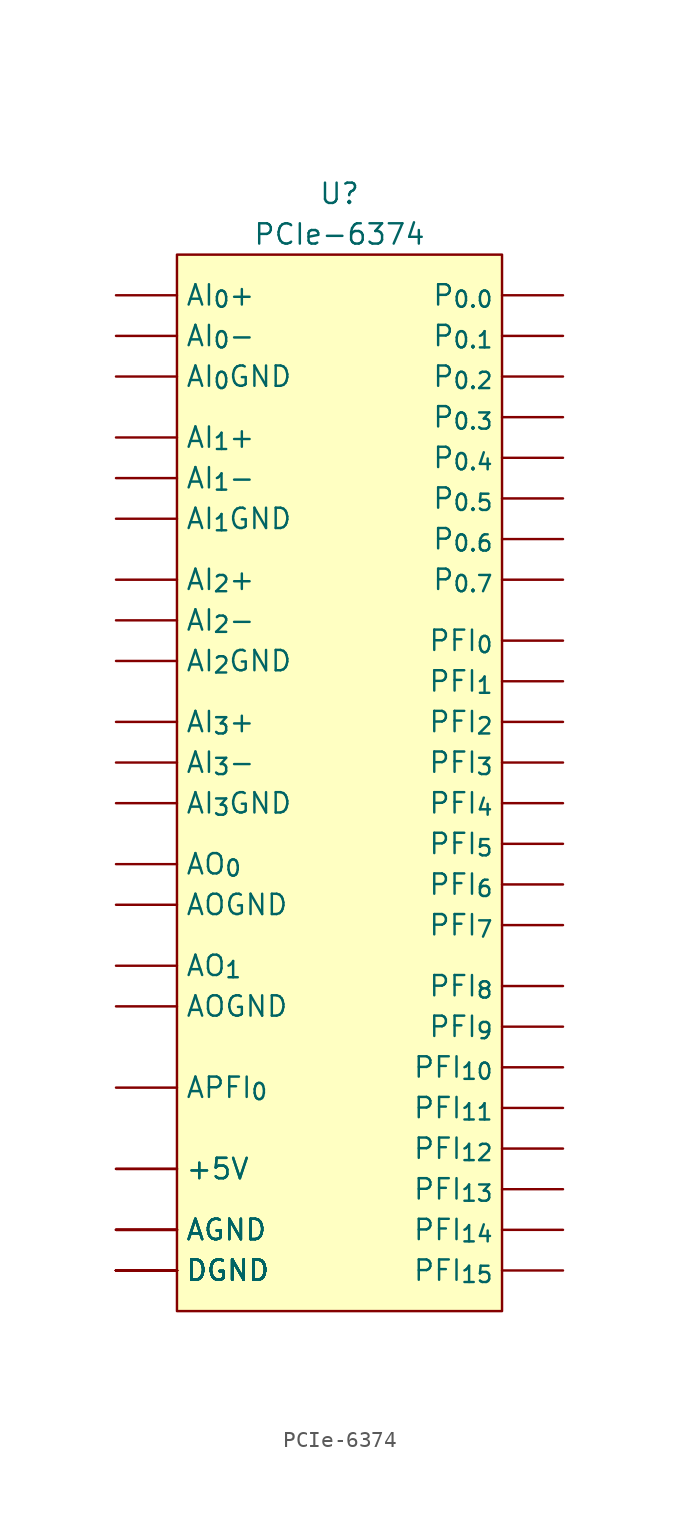
<source format=kicad_sym>
(kicad_symbol_lib
  (version 20220914)
  (generator kicad_symbol_editor)
  (symbol "PCIe-6374"
    (pin_numbers hide)
    (property "Reference" "U"
      (at 0 36.83 0)
      (effects (font (size 1.27 1.27))))
    (property "Value" "PCIe-6374"
      (at 0 34.29 0)
      (effects (font (size 1.27 1.27))))
    (symbol "PCIe-6374_1_1"
      (rectangle (start -10.16 33.02) (end 10.16 -33.02) (stroke (width 0) (type default)) (fill (type background)))
      (pin bidirectional line (at 13.97 -27.94 180) (length 3.81) (name "PFI_{14}" (effects (font (size 1.27 1.27)))) (number "1" (effects (font (size 1.27 1.27)))) (alternate "CTR_{2}OUT" bidirectional line) (alternate "FREQ_OUT" bidirectional line) (alternate "P_{2.6}" bidirectional line))
      (pin bidirectional line (at 13.97 6.35 180) (length 3.81) (name "PFI_{1}" (effects (font (size 1.27 1.27)))) (number "10" (effects (font (size 1.27 1.27)))) (alternate "CTR_{2}GATE" bidirectional line) (alternate "CTR_{2}Z" bidirectional line) (alternate "P_{1.1}" bidirectional line))
      (pin bidirectional line (at 13.97 8.89 180) (length 3.81) (name "PFI_{0}" (effects (font (size 1.27 1.27)))) (number "11" (effects (font (size 1.27 1.27)))) (alternate "CTR_{2}A" bidirectional line) (alternate "CTR_{2}SRC" bidirectional line) (alternate "P_{1.0}" bidirectional line))
      (pin power_out line (at -13.97 -30.48 0) (length 3.81) (name "DGND" (effects (font (size 1.27 1.27)))) (number "12" (effects (font (size 1.27 1.27)))))
      (pin power_out line (at -13.97 -30.48 0) (length 3.81) (name "DGND" (effects (font (size 1.27 1.27)))) (number "13" (effects (font (size 1.27 1.27)))))
      (pin power_out line (at -13.97 -24.13 0) (length 3.81) (name "+5V" (effects (font (size 1.27 1.27)))) (number "14" (effects (font (size 1.27 1.27)))))
      (pin power_out line (at -13.97 -30.48 0) (length 3.81) (name "DGND" (effects (font (size 1.27 1.27)))) (number "15" (effects (font (size 1.27 1.27)))))
      (pin bidirectional line (at 13.97 15.24 180) (length 3.81) (name "P_{0.6}" (effects (font (size 1.27 1.27)))) (number "16" (effects (font (size 1.27 1.27)))))
      (pin bidirectional line (at 13.97 27.94 180) (length 3.81) (name "P_{0.1}" (effects (font (size 1.27 1.27)))) (number "17" (effects (font (size 1.27 1.27)))))
      (pin power_out line (at -13.97 -30.48 0) (length 3.81) (name "DGND" (effects (font (size 1.27 1.27)))) (number "18" (effects (font (size 1.27 1.27)))))
      (pin bidirectional line (at 13.97 20.32 180) (length 3.81) (name "P_{0.4}" (effects (font (size 1.27 1.27)))) (number "19" (effects (font (size 1.27 1.27)))))
      (pin bidirectional line (at 13.97 -22.86 180) (length 3.81) (name "PFI_{12}" (effects (font (size 1.27 1.27)))) (number "2" (effects (font (size 1.27 1.27)))) (alternate "CTR_{0}OUT" bidirectional line) (alternate "P_{2.4}" bidirectional line))
      (pin bidirectional line (at -13.97 -19.05 0) (length 3.81) (name "APFI_{0}" (effects (font (size 1.27 1.27)))) (number "20" (effects (font (size 1.27 1.27)))))
      (pin output line (at -13.97 -11.43 0) (length 3.81) (name "AO_{1}" (effects (font (size 1.27 1.27)))) (number "21" (effects (font (size 1.27 1.27)))))
      (pin output line (at -13.97 -5.08 0) (length 3.81) (name "AO_{0}" (effects (font (size 1.27 1.27)))) (number "22" (effects (font (size 1.27 1.27)))))
      (pin no_connect line (at 0 27.94 0) (length 3.81) hide (name "NC" (effects (font (size 1.27 1.27)))) (number "23" (effects (font (size 1.27 1.27)))))
      (pin power_out line (at -13.97 -27.94 0) (length 3.81) (name "AGND" (effects (font (size 1.27 1.27)))) (number "24" (effects (font (size 1.27 1.27)))))
      (pin no_connect line (at 0 30.48 0) (length 3.81) hide (name "NC" (effects (font (size 1.27 1.27)))) (number "25" (effects (font (size 1.27 1.27)))))
      (pin no_connect line (at 0 25.4 0) (length 3.81) hide (name "NC" (effects (font (size 1.27 1.27)))) (number "26" (effects (font (size 1.27 1.27)))))
      (pin power_out line (at -13.97 -27.94 0) (length 3.81) (name "AGND" (effects (font (size 1.27 1.27)))) (number "27" (effects (font (size 1.27 1.27)))))
      (pin no_connect line (at 0 22.86 0) (length 3.81) hide (name "NC" (effects (font (size 1.27 1.27)))) (number "28" (effects (font (size 1.27 1.27)))))
      (pin power_out line (at -13.97 -1.27 0) (length 3.81) (name "AI_{3}GND" (effects (font (size 1.27 1.27)))) (number "29" (effects (font (size 1.27 1.27)))))
      (pin bidirectional line (at 13.97 -15.24 180) (length 3.81) (name "PFI_{9}" (effects (font (size 1.27 1.27)))) (number "3" (effects (font (size 1.27 1.27)))) (alternate "CTR_{0}GATE" bidirectional line) (alternate "CTR_{0}Z" bidirectional line) (alternate "P_{2.1}" bidirectional line))
      (pin input line (at -13.97 3.81 0) (length 3.81) (name "AI_{3}+" (effects (font (size 1.27 1.27)))) (number "30" (effects (font (size 1.27 1.27)))))
      (pin input line (at -13.97 10.16 0) (length 3.81) (name "AI_{2}-" (effects (font (size 1.27 1.27)))) (number "31" (effects (font (size 1.27 1.27)))))
      (pin power_out line (at -13.97 16.51 0) (length 3.81) (name "AI_{1}GND" (effects (font (size 1.27 1.27)))) (number "32" (effects (font (size 1.27 1.27)))))
      (pin input line (at -13.97 21.59 0) (length 3.81) (name "AI_{1}+" (effects (font (size 1.27 1.27)))) (number "33" (effects (font (size 1.27 1.27)))))
      (pin input line (at -13.97 27.94 0) (length 3.81) (name "AI_{0}-" (effects (font (size 1.27 1.27)))) (number "34" (effects (font (size 1.27 1.27)))))
      (pin power_out line (at -13.97 -30.48 0) (length 3.81) (name "DGND" (effects (font (size 1.27 1.27)))) (number "35" (effects (font (size 1.27 1.27)))))
      (pin power_out line (at -13.97 -30.48 0) (length 3.81) (name "DGND" (effects (font (size 1.27 1.27)))) (number "36" (effects (font (size 1.27 1.27)))))
      (pin bidirectional line (at 13.97 -12.7 180) (length 3.81) (name "PFI_{8}" (effects (font (size 1.27 1.27)))) (number "37" (effects (font (size 1.27 1.27)))) (alternate "CTR_{0}A" bidirectional line) (alternate "CTR_{0}SRC" bidirectional line) (alternate "P_{2.0}" bidirectional line))
      (pin bidirectional line (at 13.97 -8.89 180) (length 3.81) (name "PFI_{7}" (effects (font (size 1.27 1.27)))) (number "38" (effects (font (size 1.27 1.27)))) (alternate "CTR_{3}AUX" bidirectional line) (alternate "CTR_{3}B" bidirectional line) (alternate "P_{1.7}" bidirectional line))
      (pin bidirectional line (at 13.97 -30.48 180) (length 3.81) (name "PFI_{15}" (effects (font (size 1.27 1.27)))) (number "39" (effects (font (size 1.27 1.27)))) (alternate "CTR_{3}OUT" bidirectional line) (alternate "P_{2.7}" bidirectional line))
      (pin power_out line (at -13.97 -30.48 0) (length 3.81) (name "DGND" (effects (font (size 1.27 1.27)))) (number "4" (effects (font (size 1.27 1.27)))))
      (pin bidirectional line (at 13.97 -25.4 180) (length 3.81) (name "PFI_{13}" (effects (font (size 1.27 1.27)))) (number "40" (effects (font (size 1.27 1.27)))) (alternate "CTR_{1}OUT" bidirectional line) (alternate "P_{2.5}" bidirectional line))
      (pin bidirectional line (at 13.97 -1.27 180) (length 3.81) (name "PFI_{4}" (effects (font (size 1.27 1.27)))) (number "41" (effects (font (size 1.27 1.27)))) (alternate "CTR_{1}GATE" bidirectional line) (alternate "CTR_{1}Z" bidirectional line) (alternate "P_{1.4}" bidirectional line))
      (pin bidirectional line (at 13.97 1.27 180) (length 3.81) (name "PFI_{3}" (effects (font (size 1.27 1.27)))) (number "42" (effects (font (size 1.27 1.27)))) (alternate "CTR_{1}A" bidirectional line) (alternate "CTR_{1}SRC" bidirectional line) (alternate "P_{1.3}" bidirectional line))
      (pin bidirectional line (at 13.97 3.81 180) (length 3.81) (name "PFI_{2}" (effects (font (size 1.27 1.27)))) (number "43" (effects (font (size 1.27 1.27)))) (alternate "CTR_{2}AUX" bidirectional line) (alternate "CTR_{2}B" bidirectional line) (alternate "P_{1.2}" bidirectional line))
      (pin power_out line (at -13.97 -30.48 0) (length 3.81) (name "DGND" (effects (font (size 1.27 1.27)))) (number "44" (effects (font (size 1.27 1.27)))))
      (pin bidirectional line (at 13.97 -17.78 180) (length 3.81) (name "PFI_{10}" (effects (font (size 1.27 1.27)))) (number "45" (effects (font (size 1.27 1.27)))) (alternate "CTR_{0}AUX" bidirectional line) (alternate "CTR_{0}B" bidirectional line) (alternate "P_{2.2}" bidirectional line))
      (pin bidirectional line (at 13.97 -20.32 180) (length 3.81) (name "PFI_{11}" (effects (font (size 1.27 1.27)))) (number "46" (effects (font (size 1.27 1.27)))) (alternate "CTR_{1}AUX" bidirectional line) (alternate "CTR_{1}B" bidirectional line) (alternate "P_{2.3}" bidirectional line))
      (pin bidirectional line (at 13.97 22.86 180) (length 3.81) (name "P_{0.3}" (effects (font (size 1.27 1.27)))) (number "47" (effects (font (size 1.27 1.27)))))
      (pin bidirectional line (at 13.97 12.7 180) (length 3.81) (name "P_{0.7}" (effects (font (size 1.27 1.27)))) (number "48" (effects (font (size 1.27 1.27)))))
      (pin bidirectional line (at 13.97 25.4 180) (length 3.81) (name "P_{0.2}" (effects (font (size 1.27 1.27)))) (number "49" (effects (font (size 1.27 1.27)))))
      (pin bidirectional line (at 13.97 -6.35 180) (length 3.81) (name "PFI_{6}" (effects (font (size 1.27 1.27)))) (number "5" (effects (font (size 1.27 1.27)))) (alternate "CTR_{3}GATE" bidirectional line) (alternate "CTR_{3}Z" bidirectional line) (alternate "P_{1.6}" bidirectional line))
      (pin power_out line (at -13.97 -30.48 0) (length 3.81) (name "DGND" (effects (font (size 1.27 1.27)))) (number "50" (effects (font (size 1.27 1.27)))))
      (pin bidirectional line (at 13.97 17.78 180) (length 3.81) (name "P_{0.5}" (effects (font (size 1.27 1.27)))) (number "51" (effects (font (size 1.27 1.27)))))
      (pin bidirectional line (at 13.97 30.48 180) (length 3.81) (name "P_{0.0}" (effects (font (size 1.27 1.27)))) (number "52" (effects (font (size 1.27 1.27)))))
      (pin power_out line (at -13.97 -30.48 0) (length 3.81) (name "DGND" (effects (font (size 1.27 1.27)))) (number "53" (effects (font (size 1.27 1.27)))))
      (pin power_out line (at -13.97 -7.62 0) (length 3.81) (name "AOGND" (effects (font (size 1.27 1.27)))) (number "54" (effects (font (size 1.27 1.27)))))
      (pin power_out line (at -13.97 -13.97 0) (length 3.81) (name "AOGND" (effects (font (size 1.27 1.27)))) (number "55" (effects (font (size 1.27 1.27)))))
      (pin power_out line (at -13.97 -27.94 0) (length 3.81) (name "AGND" (effects (font (size 1.27 1.27)))) (number "56" (effects (font (size 1.27 1.27)))))
      (pin no_connect line (at 0 20.32 0) (length 3.81) hide (name "NC" (effects (font (size 1.27 1.27)))) (number "57" (effects (font (size 1.27 1.27)))))
      (pin no_connect line (at 0 17.78 0) (length 3.81) hide (name "NC" (effects (font (size 1.27 1.27)))) (number "58" (effects (font (size 1.27 1.27)))))
      (pin power_out line (at -13.97 -27.94 0) (length 3.81) (name "AGND" (effects (font (size 1.27 1.27)))) (number "59" (effects (font (size 1.27 1.27)))))
      (pin bidirectional line (at 13.97 -3.81 180) (length 3.81) (name "PFI_{5}" (effects (font (size 1.27 1.27)))) (number "6" (effects (font (size 1.27 1.27)))) (alternate "CTR_{3}A" bidirectional line) (alternate "CTR_{3}SRC" bidirectional line) (alternate "P_{1.5}" bidirectional line))
      (pin no_connect line (at 0 15.24 0) (length 3.81) hide (name "NC" (effects (font (size 1.27 1.27)))) (number "60" (effects (font (size 1.27 1.27)))))
      (pin no_connect line (at 0 12.7 0) (length 3.81) hide (name "NC" (effects (font (size 1.27 1.27)))) (number "61" (effects (font (size 1.27 1.27)))))
      (pin no_connect line (at 0 10.16 0) (length 3.81) hide (name "NC" (effects (font (size 1.27 1.27)))) (number "62" (effects (font (size 1.27 1.27)))))
      (pin input line (at -13.97 1.27 0) (length 3.81) (name "AI_{3}-" (effects (font (size 1.27 1.27)))) (number "63" (effects (font (size 1.27 1.27)))))
      (pin power_out line (at -13.97 7.62 0) (length 3.81) (name "AI_{2}GND" (effects (font (size 1.27 1.27)))) (number "64" (effects (font (size 1.27 1.27)))))
      (pin input line (at -13.97 12.7 0) (length 3.81) (name "AI_{2}+" (effects (font (size 1.27 1.27)))) (number "65" (effects (font (size 1.27 1.27)))))
      (pin input line (at -13.97 19.05 0) (length 3.81) (name "AI_{1}-" (effects (font (size 1.27 1.27)))) (number "66" (effects (font (size 1.27 1.27)))))
      (pin power_out line (at -13.97 25.4 0) (length 3.81) (name "AI_{0}GND" (effects (font (size 1.27 1.27)))) (number "67" (effects (font (size 1.27 1.27)))))
      (pin input line (at -13.97 30.48 0) (length 3.81) (name "AI_{0}+" (effects (font (size 1.27 1.27)))) (number "68" (effects (font (size 1.27 1.27)))))
      (pin power_out line (at -13.97 -30.48 0) (length 3.81) (name "DGND" (effects (font (size 1.27 1.27)))) (number "7" (effects (font (size 1.27 1.27)))))
      (pin power_out line (at -13.97 -24.13 0) (length 3.81) (name "+5V" (effects (font (size 1.27 1.27)))) (number "8" (effects (font (size 1.27 1.27)))))
      (pin power_out line (at -13.97 -30.48 0) (length 3.81) (name "DGND" (effects (font (size 1.27 1.27)))) (number "9" (effects (font (size 1.27 1.27))))))))
</source>
